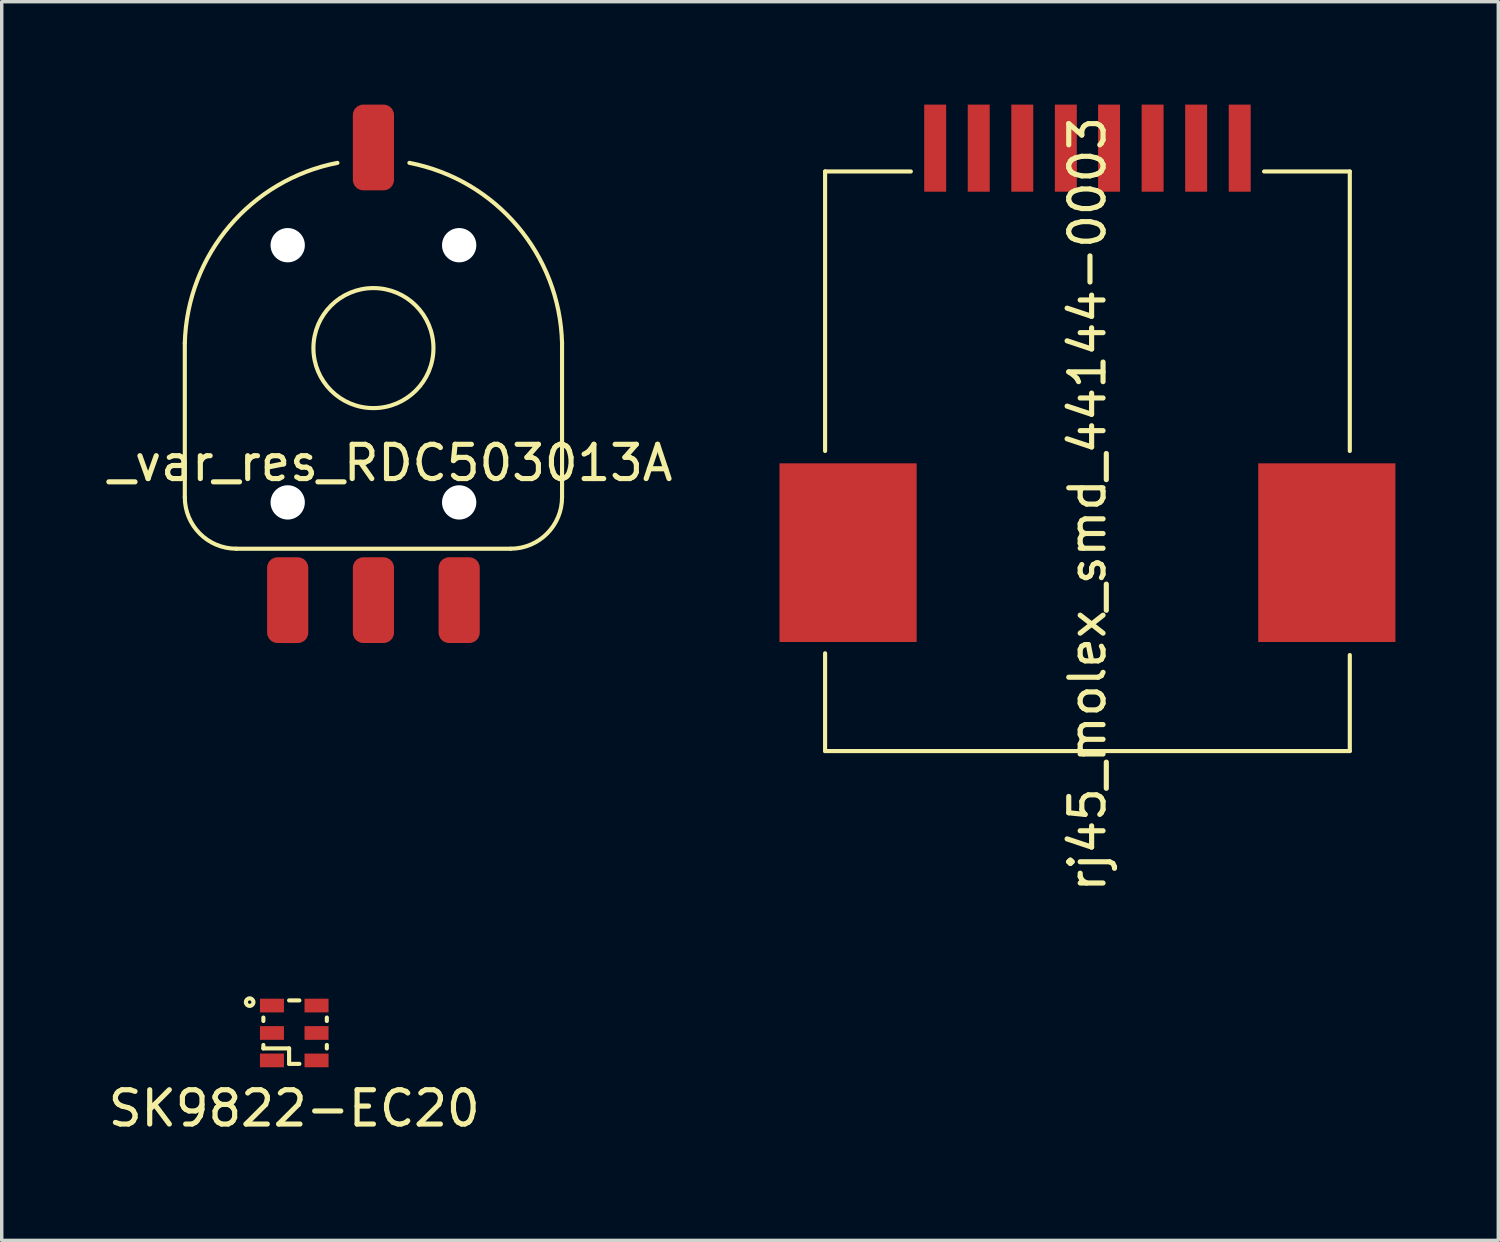
<source format=kicad_pcb>
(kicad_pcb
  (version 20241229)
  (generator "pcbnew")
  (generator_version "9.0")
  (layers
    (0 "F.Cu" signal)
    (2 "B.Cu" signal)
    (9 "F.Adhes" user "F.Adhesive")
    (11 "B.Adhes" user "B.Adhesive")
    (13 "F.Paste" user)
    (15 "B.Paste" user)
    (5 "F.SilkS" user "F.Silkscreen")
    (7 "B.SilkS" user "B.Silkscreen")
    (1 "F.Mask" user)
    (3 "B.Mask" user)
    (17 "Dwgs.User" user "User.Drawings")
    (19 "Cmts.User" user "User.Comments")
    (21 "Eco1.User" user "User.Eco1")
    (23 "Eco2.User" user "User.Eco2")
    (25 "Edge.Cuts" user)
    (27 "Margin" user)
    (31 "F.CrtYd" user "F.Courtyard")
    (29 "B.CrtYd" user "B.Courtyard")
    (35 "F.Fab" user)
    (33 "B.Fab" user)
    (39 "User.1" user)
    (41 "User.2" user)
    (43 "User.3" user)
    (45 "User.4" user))
  (footprint "_var_res_RDC503013A"
    (layer "F.Cu")
    (at 7.839 14.45)
    (property "Reference" "_var_res_RDC503013A" (at 0.5 -4 0) (layer "F.SilkS") (effects (font (size 1 1) (thickness 0.15))))
    (attr through_hole)
    (fp_line (start -5.5 -7.5) (end -5.5 -3) (stroke (width 0.12) (type solid)) (layer "F.SilkS"))
    (fp_line (start 4 -1.5) (end -4 -1.5) (stroke (width 0.12) (type solid)) (layer "F.SilkS"))
    (fp_line (start 5.5 -7.5) (end 5.5 -3) (stroke (width 0.12) (type solid)) (layer "F.SilkS"))
    (fp_arc (start -5.499998 -7.499998) (mid -4.197055 -10.907696) (end -1.04877 -12.751163) (stroke (width 0.12) (type solid)) (layer "F.SilkS"))
    (fp_arc (start -4 -1.5) (mid -5.06066 -1.93934) (end -5.5 -3) (stroke (width 0.12) (type solid)) (layer "F.SilkS"))
    (fp_arc (start 1.04877 -12.751163) (mid 4.197056 -10.907697) (end 5.499998 -7.499998) (stroke (width 0.12) (type solid)) (layer "F.SilkS"))
    (fp_arc (start 5.5 -3) (mid 5.06066 -1.93934) (end 4 -1.5) (stroke (width 0.12) (type solid)) (layer "F.SilkS"))
    (fp_circle (center 0 -7.35) (end 1.75 -7.35) (stroke (width 0.12) (type solid)) (fill no) (layer "F.SilkS"))
    (pad "" np_thru_hole circle (at -2.5 -10.35) (size 1 1) (drill 1) (layers "*.Cu" "*.Mask"))
    (pad "" np_thru_hole circle (at -2.5 -2.85) (size 1 1) (drill 1) (layers "*.Cu" "*.Mask"))
    (pad "" np_thru_hole circle (at 2.5 -10.35) (size 1 1) (drill 1) (layers "*.Cu" "*.Mask"))
    (pad "" np_thru_hole circle (at 2.5 -2.85) (size 1 1) (drill 1) (layers "*.Cu" "*.Mask"))
    (pad "1" smd roundrect (at -2.5 0) (size 1.2 2.5) (layers "F.Cu" "F.Mask" "F.Paste") (roundrect_rratio 0.25))
    (pad "2" smd roundrect (at 0 -13.2) (size 1.2 2.5) (layers "F.Cu" "F.Mask" "F.Paste") (roundrect_rratio 0.25))
    (pad "2" smd roundrect (at 0 0) (size 1.2 2.5) (layers "F.Cu" "F.Mask" "F.Paste") (roundrect_rratio 0.25))
    (pad "3" smd roundrect (at 2.5 0) (size 1.2 2.5) (layers "F.Cu" "F.Mask" "F.Paste") (roundrect_rratio 0.25)))
  (footprint "SK9822-EC20"
    (layer "F.Cu")
    (at 5.53 27.071)
    (property "Reference" "SK9822-EC20" (at 0 2.2 0) (layer "F.SilkS") (effects (font (size 1 1) (thickness 0.15))))
    (attr through_hole)
    (fp_line (start -0.9 -0.45) (end -0.9 -0.35) (stroke (width 0.12) (type solid)) (layer "F.SilkS"))
    (fp_line (start -0.9 0.35) (end -0.9 0.45) (stroke (width 0.12) (type solid)) (layer "F.SilkS"))
    (fp_line (start -0.9 0.45) (end -0.15 0.45) (stroke (width 0.12) (type solid)) (layer "F.SilkS"))
    (fp_line (start -0.15 -0.95) (end 0.15 -0.95) (stroke (width 0.12) (type solid)) (layer "F.SilkS"))
    (fp_line (start -0.15 0.45) (end -0.15 0.9) (stroke (width 0.12) (type solid)) (layer "F.SilkS"))
    (fp_line (start -0.15 0.9) (end 0.15 0.9) (stroke (width 0.12) (type solid)) (layer "F.SilkS"))
    (fp_line (start 0.95 -0.45) (end 0.95 -0.35) (stroke (width 0.12) (type solid)) (layer "F.SilkS"))
    (fp_line (start 0.95 0.35) (end 0.95 0.45) (stroke (width 0.12) (type solid)) (layer "F.SilkS"))
    (fp_circle (center -1.3 -0.9) (end -1.3 -0.85) (stroke (width 0.12) (type solid)) (fill no) (layer "F.SilkS"))
    (pad "1" smd rect (at -0.65 -0.8) (size 0.7 0.4) (layers "F.Cu" "F.Mask" "F.Paste"))
    (pad "2" smd rect (at -0.65 0) (size 0.7 0.4) (layers "F.Cu" "F.Mask" "F.Paste"))
    (pad "3" smd rect (at -0.65 0.8) (size 0.7 0.4) (layers "F.Cu" "F.Mask" "F.Paste"))
    (pad "4" smd rect (at 0.65 0.8) (size 0.7 0.4) (layers "F.Cu" "F.Mask" "F.Paste"))
    (pad "5" smd rect (at 0.65 0) (size 0.7 0.4) (layers "F.Cu" "F.Mask" "F.Paste"))
    (pad "6" smd rect (at 0.65 -0.8) (size 0.7 0.4) (layers "F.Cu" "F.Mask" "F.Paste")))
  (footprint "rj45_molex_smd_44144-0003"
    (layer "F.Cu")
    (at 28.659 18.85)
    (property "Reference" "rj45_molex_smd_44144-0003" (at 0 -7.2 90) (layer "F.SilkS") (effects (font (size 1 1) (thickness 0.15))))
    (attr through_hole)
    (fp_line (start -7.65 -16.9) (end -5.15 -16.9) (stroke (width 0.12) (type solid)) (layer "F.SilkS"))
    (fp_line (start -7.65 -8.75) (end -7.65 -16.9) (stroke (width 0.12) (type solid)) (layer "F.SilkS"))
    (fp_line (start -7.65 0) (end -7.65 -2.85) (stroke (width 0.12) (type solid)) (layer "F.SilkS"))
    (fp_line (start 0 0) (end -7.65 0) (stroke (width 0.12) (type solid)) (layer "F.SilkS"))
    (fp_line (start 0 0) (end 7.65 0) (stroke (width 0.12) (type solid)) (layer "F.SilkS"))
    (fp_line (start 7.65 -16.9) (end 5.15 -16.9) (stroke (width 0.12) (type solid)) (layer "F.SilkS"))
    (fp_line (start 7.65 -8.75) (end 7.65 -16.9) (stroke (width 0.12) (type solid)) (layer "F.SilkS"))
    (fp_line (start 7.65 0) (end 7.65 -2.8) (stroke (width 0.12) (type solid)) (layer "F.SilkS"))
    (pad "1" smd rect (at -4.44 -17.58) (size 0.64 2.54) (layers "F.Cu" "F.Mask" "F.Paste"))
    (pad "2" smd rect (at -3.17 -17.58) (size 0.64 2.54) (layers "F.Cu" "F.Mask" "F.Paste"))
    (pad "3" smd rect (at -1.9 -17.58) (size 0.64 2.54) (layers "F.Cu" "F.Mask" "F.Paste"))
    (pad "4" smd rect (at -0.63 -17.58) (size 0.64 2.54) (layers "F.Cu" "F.Mask" "F.Paste"))
    (pad "5" smd rect (at 0.63 -17.58) (size 0.64 2.54) (layers "F.Cu" "F.Mask" "F.Paste"))
    (pad "6" smd rect (at 1.9 -17.58) (size 0.64 2.54) (layers "F.Cu" "F.Mask" "F.Paste"))
    (pad "7" smd rect (at 3.17 -17.58) (size 0.64 2.54) (layers "F.Cu" "F.Mask" "F.Paste"))
    (pad "8" smd rect (at 4.44 -17.58) (size 0.64 2.54) (layers "F.Cu" "F.Mask" "F.Paste"))
    (pad "NC" smd rect (at -6.98 -5.785) (size 4 5.21) (layers "F.Cu" "F.Mask" "F.Paste"))
    (pad "NC" smd rect (at 6.98 -5.785) (size 4 5.21) (layers "F.Cu" "F.Mask" "F.Paste")))
  (gr_rect
    (start -3 -3)
    (end 40.639 33.119)
    (stroke (width 0.1) (type default))
    (fill no)
    (layer "Edge.Cuts")))
</source>
